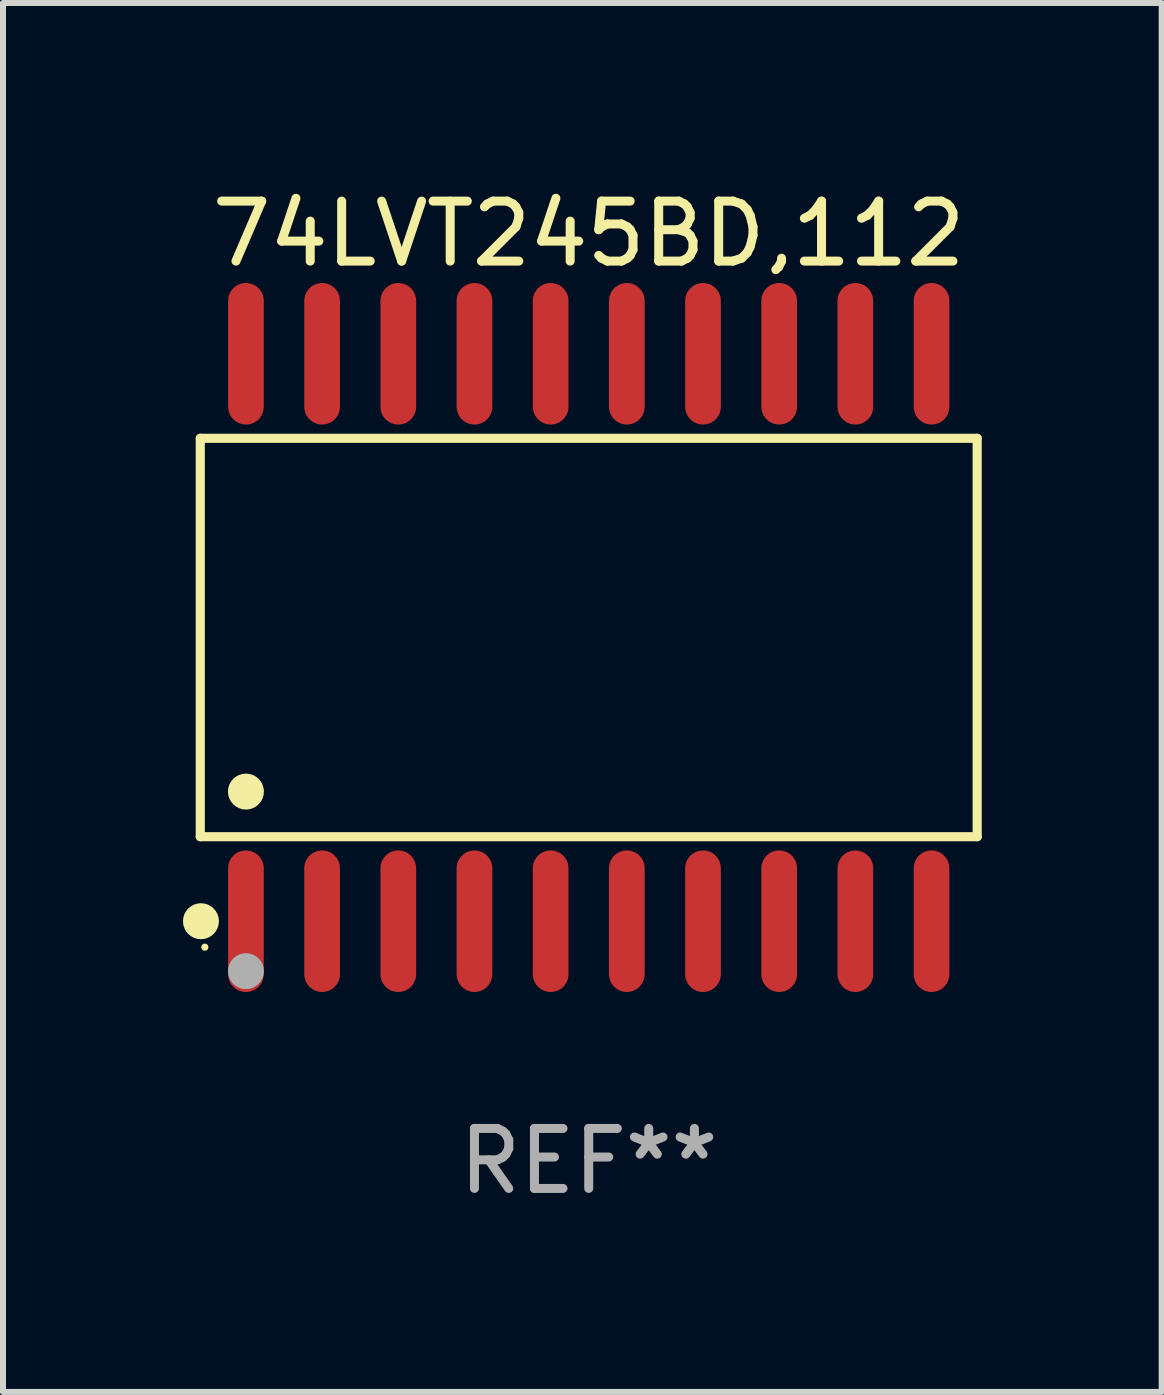
<source format=kicad_pcb>
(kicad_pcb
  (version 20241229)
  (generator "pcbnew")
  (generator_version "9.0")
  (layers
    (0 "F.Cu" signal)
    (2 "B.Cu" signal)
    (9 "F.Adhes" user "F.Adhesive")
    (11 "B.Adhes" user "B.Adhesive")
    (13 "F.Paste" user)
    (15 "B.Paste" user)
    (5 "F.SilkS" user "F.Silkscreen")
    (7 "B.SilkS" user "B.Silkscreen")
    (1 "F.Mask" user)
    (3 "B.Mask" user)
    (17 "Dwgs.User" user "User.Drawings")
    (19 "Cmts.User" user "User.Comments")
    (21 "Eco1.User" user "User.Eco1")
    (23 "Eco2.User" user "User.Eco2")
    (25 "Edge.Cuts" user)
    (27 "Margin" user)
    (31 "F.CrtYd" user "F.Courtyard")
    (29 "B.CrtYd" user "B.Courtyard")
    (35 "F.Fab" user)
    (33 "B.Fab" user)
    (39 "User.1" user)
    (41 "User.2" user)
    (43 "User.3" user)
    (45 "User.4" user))
  (footprint "74LVT245BD,112"
    (layer "F.Cu")
    (at 6.765 7.578)
    (property "Reference" "74LVT245BD,112" (at 0 -6.73 0) (layer "F.SilkS") (effects (font (size 1 1) (thickness 0.15))))
    (attr through_hole)
    (fp_line (start -6.476 -3.321) (end 6.476 -3.321) (stroke (width 0.152) (type solid)) (layer "F.SilkS"))
    (fp_line (start -6.476 3.321) (end -6.476 -3.321) (stroke (width 0.152) (type solid)) (layer "F.SilkS"))
    (fp_line (start 6.476 -3.321) (end 6.476 3.321) (stroke (width 0.152) (type solid)) (layer "F.SilkS"))
    (fp_line (start 6.476 3.321) (end -6.476 3.321) (stroke (width 0.152) (type solid)) (layer "F.SilkS"))
    (fp_circle (center -6.465 4.73) (end -6.315 4.73) (stroke (width 0.3) (type solid)) (fill no) (layer "F.SilkS"))
    (fp_circle (center -6.4 5.163) (end -6.37 5.163) (stroke (width 0.06) (type solid)) (fill no) (layer "F.SilkS"))
    (fp_circle (center -5.715 2.569) (end -5.565 2.569) (stroke (width 0.3) (type solid)) (fill no) (layer "F.SilkS"))
    (fp_circle (center -5.715 5.563) (end -5.565 5.563) (stroke (width 0.3) (type solid)) (fill no) (layer "F.Fab"))
    (fp_text user "REF**" (at 0 8.73 0) (layer "F.Fab") (effects (font (size 1 1) (thickness 0.15))))
    (pad "1" smd oval (at -5.715 4.73) (size 0.595 2.36) (layers "F.Cu" "F.Mask" "F.Paste"))
    (pad "2" smd oval (at -4.445 4.73) (size 0.595 2.36) (layers "F.Cu" "F.Mask" "F.Paste"))
    (pad "3" smd oval (at -3.175 4.73) (size 0.595 2.36) (layers "F.Cu" "F.Mask" "F.Paste"))
    (pad "4" smd oval (at -1.905 4.73) (size 0.595 2.36) (layers "F.Cu" "F.Mask" "F.Paste"))
    (pad "5" smd oval (at -0.635 4.73) (size 0.595 2.36) (layers "F.Cu" "F.Mask" "F.Paste"))
    (pad "6" smd oval (at 0.635 4.73) (size 0.595 2.36) (layers "F.Cu" "F.Mask" "F.Paste"))
    (pad "7" smd oval (at 1.905 4.73) (size 0.595 2.36) (layers "F.Cu" "F.Mask" "F.Paste"))
    (pad "8" smd oval (at 3.175 4.73) (size 0.595 2.36) (layers "F.Cu" "F.Mask" "F.Paste"))
    (pad "9" smd oval (at 4.445 4.73) (size 0.595 2.36) (layers "F.Cu" "F.Mask" "F.Paste"))
    (pad "10" smd oval (at 5.715 4.73) (size 0.595 2.36) (layers "F.Cu" "F.Mask" "F.Paste"))
    (pad "11" smd oval (at 5.715 -4.73) (size 0.595 2.36) (layers "F.Cu" "F.Mask" "F.Paste"))
    (pad "12" smd oval (at 4.445 -4.73) (size 0.595 2.36) (layers "F.Cu" "F.Mask" "F.Paste"))
    (pad "13" smd oval (at 3.175 -4.73) (size 0.595 2.36) (layers "F.Cu" "F.Mask" "F.Paste"))
    (pad "14" smd oval (at 1.905 -4.73) (size 0.595 2.36) (layers "F.Cu" "F.Mask" "F.Paste"))
    (pad "15" smd oval (at 0.635 -4.73) (size 0.595 2.36) (layers "F.Cu" "F.Mask" "F.Paste"))
    (pad "16" smd oval (at -0.635 -4.73) (size 0.595 2.36) (layers "F.Cu" "F.Mask" "F.Paste"))
    (pad "17" smd oval (at -1.905 -4.73) (size 0.595 2.36) (layers "F.Cu" "F.Mask" "F.Paste"))
    (pad "18" smd oval (at -3.175 -4.73) (size 0.595 2.36) (layers "F.Cu" "F.Mask" "F.Paste"))
    (pad "19" smd oval (at -4.445 -4.73) (size 0.595 2.36) (layers "F.Cu" "F.Mask" "F.Paste"))
    (pad "20" smd oval (at -5.715 -4.73) (size 0.595 2.36) (layers "F.Cu" "F.Mask" "F.Paste")))
  (gr_rect
    (start -3 -3)
    (end 16.317 20.156)
    (stroke (width 0.1) (type default))
    (fill no)
    (layer "Edge.Cuts")))
</source>
